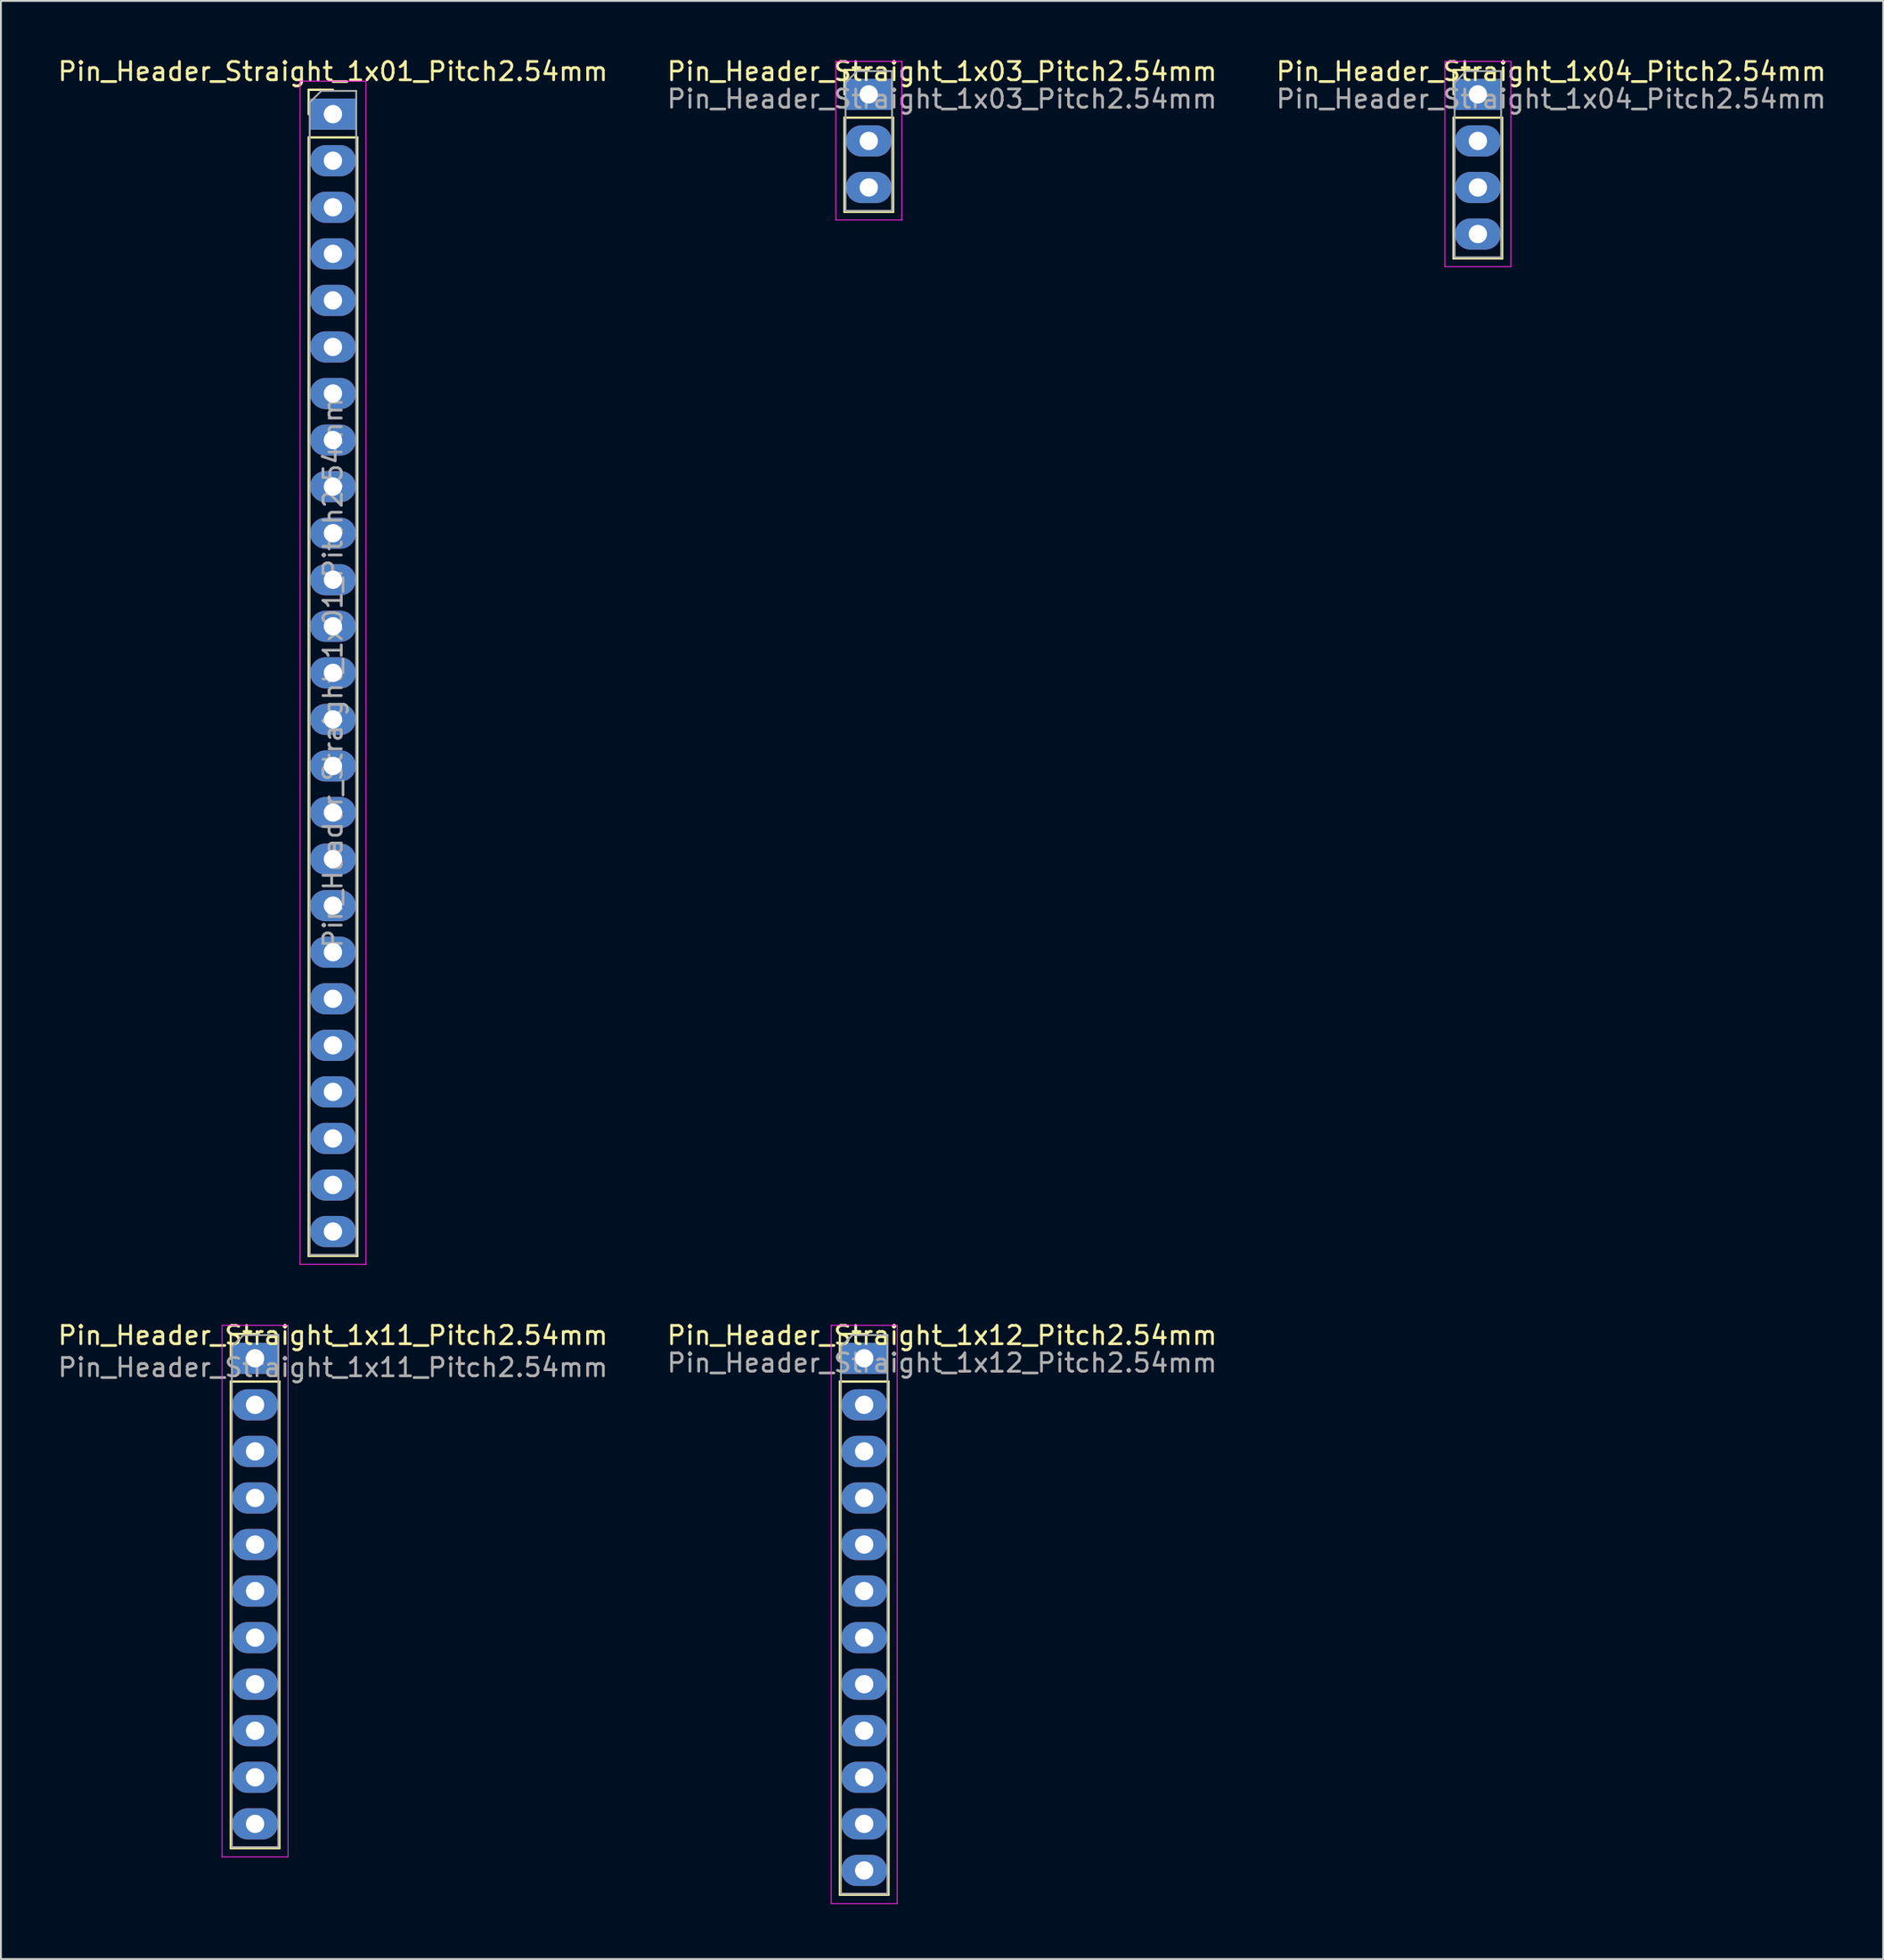
<source format=kicad_pcb>
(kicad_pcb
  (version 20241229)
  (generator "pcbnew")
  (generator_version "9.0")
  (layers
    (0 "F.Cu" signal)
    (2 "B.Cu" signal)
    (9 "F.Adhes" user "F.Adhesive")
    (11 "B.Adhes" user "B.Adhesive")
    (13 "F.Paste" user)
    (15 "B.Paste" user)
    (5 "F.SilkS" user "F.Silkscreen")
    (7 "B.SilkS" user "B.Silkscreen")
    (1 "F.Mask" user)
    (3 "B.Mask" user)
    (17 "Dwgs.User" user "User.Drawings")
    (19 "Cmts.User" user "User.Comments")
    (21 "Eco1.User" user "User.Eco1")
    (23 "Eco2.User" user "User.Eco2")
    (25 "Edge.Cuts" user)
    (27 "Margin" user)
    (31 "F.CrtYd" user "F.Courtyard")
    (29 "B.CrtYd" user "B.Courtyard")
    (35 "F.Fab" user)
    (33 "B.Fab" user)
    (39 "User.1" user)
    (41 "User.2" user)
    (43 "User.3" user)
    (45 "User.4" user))
  (footprint "Pin_Header_Straight_1x12_Pitch2.54mm"
    (layer "F.Cu")
    (at 44.125 71.052)
    (property "Reference" "Pin_Header_Straight_1x12_Pitch2.54mm" (at 4.25 -1.25 0) (layer "F.SilkS") (effects (font (size 1 1) (thickness 0.15))))
    (attr through_hole)
    (fp_line (start -1.33 -1.33) (end 0 -1.33) (stroke (width 0.12) (type solid)) (layer "F.SilkS"))
    (fp_line (start -1.33 0) (end -1.33 -1.33) (stroke (width 0.12) (type solid)) (layer "F.SilkS"))
    (fp_line (start -1.33 1.27) (end -1.33 29.27) (stroke (width 0.12) (type solid)) (layer "F.SilkS"))
    (fp_line (start -1.33 1.27) (end 1.33 1.27) (stroke (width 0.12) (type solid)) (layer "F.SilkS"))
    (fp_line (start -1.33 29.27) (end 1.33 29.27) (stroke (width 0.12) (type solid)) (layer "F.SilkS"))
    (fp_line (start 1.33 1.27) (end 1.33 29.27) (stroke (width 0.12) (type solid)) (layer "F.SilkS"))
    (fp_line (start -1.8 -1.8) (end -1.8 29.75) (stroke (width 0.05) (type solid)) (layer "F.CrtYd"))
    (fp_line (start -1.8 29.75) (end 1.8 29.75) (stroke (width 0.05) (type solid)) (layer "F.CrtYd"))
    (fp_line (start 1.8 -1.8) (end -1.8 -1.8) (stroke (width 0.05) (type solid)) (layer "F.CrtYd"))
    (fp_line (start 1.8 29.75) (end 1.8 -1.8) (stroke (width 0.05) (type solid)) (layer "F.CrtYd"))
    (fp_line (start -1.27 -0.635) (end -0.635 -1.27) (stroke (width 0.1) (type solid)) (layer "F.Fab"))
    (fp_line (start -1.27 29.21) (end -1.27 -0.635) (stroke (width 0.1) (type solid)) (layer "F.Fab"))
    (fp_line (start -0.635 -1.27) (end 1.27 -1.27) (stroke (width 0.1) (type solid)) (layer "F.Fab"))
    (fp_line (start 1.27 -1.27) (end 1.27 29.21) (stroke (width 0.1) (type solid)) (layer "F.Fab"))
    (fp_line (start 1.27 29.21) (end -1.27 29.21) (stroke (width 0.1) (type solid)) (layer "F.Fab"))
    (fp_text user "${REFERENCE}" (at 4.25 0.25 180) (layer "F.Fab") (effects (font (size 1 1) (thickness 0.15))))
    (pad "1" thru_hole rect (at 0 0) (size 2.5 1.7) (drill 1) (layers "*.Cu" "*.Mask"))
    (pad "2" thru_hole oval (at 0 2.54) (size 2.5 1.7) (drill 1) (layers "*.Cu" "*.Mask"))
    (pad "3" thru_hole oval (at 0 5.08) (size 2.5 1.7) (drill 1) (layers "*.Cu" "*.Mask"))
    (pad "4" thru_hole oval (at 0 7.62) (size 2.5 1.7) (drill 1) (layers "*.Cu" "*.Mask"))
    (pad "5" thru_hole oval (at 0 10.16) (size 2.5 1.7) (drill 1) (layers "*.Cu" "*.Mask"))
    (pad "6" thru_hole oval (at 0 12.7) (size 2.5 1.7) (drill 1) (layers "*.Cu" "*.Mask"))
    (pad "7" thru_hole oval (at 0 15.24) (size 2.5 1.7) (drill 1) (layers "*.Cu" "*.Mask"))
    (pad "8" thru_hole oval (at 0 17.78) (size 2.5 1.7) (drill 1) (layers "*.Cu" "*.Mask"))
    (pad "9" thru_hole oval (at 0 20.32) (size 2.5 1.7) (drill 1) (layers "*.Cu" "*.Mask"))
    (pad "10" thru_hole oval (at 0 22.86) (size 2.5 1.7) (drill 1) (layers "*.Cu" "*.Mask"))
    (pad "11" thru_hole oval (at 0 25.4) (size 2.5 1.7) (drill 1) (layers "*.Cu" "*.Mask"))
    (pad "12" thru_hole oval (at 0 27.94) (size 2.5 1.7) (drill 1) (layers "*.Cu" "*.Mask")))
  (footprint "Pin_Header_Straight_1x11_Pitch2.54mm"
    (layer "F.Cu")
    (at 10.875 71.052)
    (property "Reference" "Pin_Header_Straight_1x11_Pitch2.54mm" (at 4.25 -1.25 0) (layer "F.SilkS") (effects (font (size 1 1) (thickness 0.15))))
    (attr through_hole)
    (fp_line (start -1.33 -1.33) (end 0 -1.33) (stroke (width 0.12) (type solid)) (layer "F.SilkS"))
    (fp_line (start -1.33 0) (end -1.33 -1.33) (stroke (width 0.12) (type solid)) (layer "F.SilkS"))
    (fp_line (start -1.33 1.27) (end -1.33 26.73) (stroke (width 0.12) (type solid)) (layer "F.SilkS"))
    (fp_line (start -1.33 1.27) (end 1.33 1.27) (stroke (width 0.12) (type solid)) (layer "F.SilkS"))
    (fp_line (start -1.33 26.73) (end 1.33 26.73) (stroke (width 0.12) (type solid)) (layer "F.SilkS"))
    (fp_line (start 1.33 1.27) (end 1.33 26.73) (stroke (width 0.12) (type solid)) (layer "F.SilkS"))
    (fp_line (start -1.8 -1.8) (end -1.8 27.2) (stroke (width 0.05) (type solid)) (layer "F.CrtYd"))
    (fp_line (start -1.8 27.2) (end 1.8 27.2) (stroke (width 0.05) (type solid)) (layer "F.CrtYd"))
    (fp_line (start 1.8 -1.8) (end -1.8 -1.8) (stroke (width 0.05) (type solid)) (layer "F.CrtYd"))
    (fp_line (start 1.8 27.2) (end 1.8 -1.8) (stroke (width 0.05) (type solid)) (layer "F.CrtYd"))
    (fp_line (start -1.27 -0.635) (end -0.635 -1.27) (stroke (width 0.1) (type solid)) (layer "F.Fab"))
    (fp_line (start -1.27 26.67) (end -1.27 -0.635) (stroke (width 0.1) (type solid)) (layer "F.Fab"))
    (fp_line (start -0.635 -1.27) (end 1.27 -1.27) (stroke (width 0.1) (type solid)) (layer "F.Fab"))
    (fp_line (start 1.27 -1.27) (end 1.27 26.67) (stroke (width 0.1) (type solid)) (layer "F.Fab"))
    (fp_line (start 1.27 26.67) (end -1.27 26.67) (stroke (width 0.1) (type solid)) (layer "F.Fab"))
    (fp_text user "${REFERENCE}" (at 4.25 0.5 180) (layer "F.Fab") (effects (font (size 1 1) (thickness 0.15))))
    (pad "1" thru_hole rect (at 0 0) (size 2.5 1.7) (drill 1) (layers "*.Cu" "*.Mask"))
    (pad "2" thru_hole oval (at 0 2.54) (size 2.5 1.7) (drill 1) (layers "*.Cu" "*.Mask"))
    (pad "3" thru_hole oval (at 0 5.08) (size 2.5 1.7) (drill 1) (layers "*.Cu" "*.Mask"))
    (pad "4" thru_hole oval (at 0 7.62) (size 2.5 1.7) (drill 1) (layers "*.Cu" "*.Mask"))
    (pad "5" thru_hole oval (at 0 10.16) (size 2.5 1.7) (drill 1) (layers "*.Cu" "*.Mask"))
    (pad "6" thru_hole oval (at 0 12.7) (size 2.5 1.7) (drill 1) (layers "*.Cu" "*.Mask"))
    (pad "7" thru_hole oval (at 0 15.24) (size 2.5 1.7) (drill 1) (layers "*.Cu" "*.Mask"))
    (pad "8" thru_hole oval (at 0 17.78) (size 2.5 1.7) (drill 1) (layers "*.Cu" "*.Mask"))
    (pad "9" thru_hole oval (at 0 20.32) (size 2.5 1.7) (drill 1) (layers "*.Cu" "*.Mask"))
    (pad "10" thru_hole oval (at 0 22.86) (size 2.5 1.7) (drill 1) (layers "*.Cu" "*.Mask"))
    (pad "11" thru_hole oval (at 0 25.4) (size 2.5 1.7) (drill 1) (layers "*.Cu" "*.Mask")))
  (footprint "Pin_Header_Straight_1x03_Pitch2.54mm"
    (layer "F.Cu")
    (at 44.375 2.098)
    (property "Reference" "Pin_Header_Straight_1x03_Pitch2.54mm" (at 4 -1.25 0) (layer "F.SilkS") (effects (font (size 1 1) (thickness 0.15))))
    (attr through_hole)
    (fp_line (start -1.33 -1.33) (end 0 -1.33) (stroke (width 0.12) (type solid)) (layer "F.SilkS"))
    (fp_line (start -1.33 0) (end -1.33 -1.33) (stroke (width 0.12) (type solid)) (layer "F.SilkS"))
    (fp_line (start -1.33 1.27) (end -1.33 6.41) (stroke (width 0.12) (type solid)) (layer "F.SilkS"))
    (fp_line (start -1.33 1.27) (end 1.33 1.27) (stroke (width 0.12) (type solid)) (layer "F.SilkS"))
    (fp_line (start -1.33 6.41) (end 1.33 6.41) (stroke (width 0.12) (type solid)) (layer "F.SilkS"))
    (fp_line (start 1.33 1.27) (end 1.33 6.41) (stroke (width 0.12) (type solid)) (layer "F.SilkS"))
    (fp_line (start -1.8 -1.8) (end -1.8 6.85) (stroke (width 0.05) (type solid)) (layer "F.CrtYd"))
    (fp_line (start -1.8 6.85) (end 1.8 6.85) (stroke (width 0.05) (type solid)) (layer "F.CrtYd"))
    (fp_line (start 1.8 -1.8) (end -1.8 -1.8) (stroke (width 0.05) (type solid)) (layer "F.CrtYd"))
    (fp_line (start 1.8 6.85) (end 1.8 -1.8) (stroke (width 0.05) (type solid)) (layer "F.CrtYd"))
    (fp_line (start -1.27 -0.635) (end -0.635 -1.27) (stroke (width 0.1) (type solid)) (layer "F.Fab"))
    (fp_line (start -1.27 6.35) (end -1.27 -0.635) (stroke (width 0.1) (type solid)) (layer "F.Fab"))
    (fp_line (start -0.635 -1.27) (end 1.27 -1.27) (stroke (width 0.1) (type solid)) (layer "F.Fab"))
    (fp_line (start 1.27 -1.27) (end 1.27 6.35) (stroke (width 0.1) (type solid)) (layer "F.Fab"))
    (fp_line (start 1.27 6.35) (end -1.27 6.35) (stroke (width 0.1) (type solid)) (layer "F.Fab"))
    (fp_text user "${REFERENCE}" (at 4 0.25 180) (layer "F.Fab") (effects (font (size 1 1) (thickness 0.15))))
    (pad "1" thru_hole rect (at 0 0) (size 2.5 1.7) (drill 1) (layers "*.Cu" "*.Mask"))
    (pad "2" thru_hole oval (at 0 2.54) (size 2.5 1.7) (drill 1) (layers "*.Cu" "*.Mask"))
    (pad "3" thru_hole oval (at 0 5.08) (size 2.5 1.7) (drill 1) (layers "*.Cu" "*.Mask")))
  (footprint "Pin_Header_Straight_1x04_Pitch2.54mm"
    (layer "F.Cu")
    (at 77.625 2.098)
    (property "Reference" "Pin_Header_Straight_1x04_Pitch2.54mm" (at 4 -1.25 0) (layer "F.SilkS") (effects (font (size 1 1) (thickness 0.15))))
    (attr through_hole)
    (fp_line (start -1.33 -1.33) (end 0 -1.33) (stroke (width 0.12) (type solid)) (layer "F.SilkS"))
    (fp_line (start -1.33 0) (end -1.33 -1.33) (stroke (width 0.12) (type solid)) (layer "F.SilkS"))
    (fp_line (start -1.33 1.27) (end -1.33 8.95) (stroke (width 0.12) (type solid)) (layer "F.SilkS"))
    (fp_line (start -1.33 1.27) (end 1.33 1.27) (stroke (width 0.12) (type solid)) (layer "F.SilkS"))
    (fp_line (start -1.33 8.95) (end 1.33 8.95) (stroke (width 0.12) (type solid)) (layer "F.SilkS"))
    (fp_line (start 1.33 1.27) (end 1.33 8.95) (stroke (width 0.12) (type solid)) (layer "F.SilkS"))
    (fp_line (start -1.8 -1.8) (end -1.8 9.4) (stroke (width 0.05) (type solid)) (layer "F.CrtYd"))
    (fp_line (start -1.8 9.4) (end 1.8 9.4) (stroke (width 0.05) (type solid)) (layer "F.CrtYd"))
    (fp_line (start 1.8 -1.8) (end -1.8 -1.8) (stroke (width 0.05) (type solid)) (layer "F.CrtYd"))
    (fp_line (start 1.8 9.4) (end 1.8 -1.8) (stroke (width 0.05) (type solid)) (layer "F.CrtYd"))
    (fp_line (start -1.27 -0.635) (end -0.635 -1.27) (stroke (width 0.1) (type solid)) (layer "F.Fab"))
    (fp_line (start -1.27 8.89) (end -1.27 -0.635) (stroke (width 0.1) (type solid)) (layer "F.Fab"))
    (fp_line (start -0.635 -1.27) (end 1.27 -1.27) (stroke (width 0.1) (type solid)) (layer "F.Fab"))
    (fp_line (start 1.27 -1.27) (end 1.27 8.89) (stroke (width 0.1) (type solid)) (layer "F.Fab"))
    (fp_line (start 1.27 8.89) (end -1.27 8.89) (stroke (width 0.1) (type solid)) (layer "F.Fab"))
    (fp_text user "${REFERENCE}" (at 4 0.25 180) (layer "F.Fab") (effects (font (size 1 1) (thickness 0.15))))
    (pad "1" thru_hole rect (at 0 0) (size 2.5 1.7) (drill 1) (layers "*.Cu" "*.Mask"))
    (pad "2" thru_hole oval (at 0 2.54) (size 2.5 1.7) (drill 1) (layers "*.Cu" "*.Mask"))
    (pad "3" thru_hole oval (at 0 5.08) (size 2.5 1.7) (drill 1) (layers "*.Cu" "*.Mask"))
    (pad "4" thru_hole oval (at 0 7.62) (size 2.5 1.7) (drill 1) (layers "*.Cu" "*.Mask")))
  (footprint "Pin_Header_Straight_1x01_Pitch2.54mm"
    (layer "F.Cu")
    (at 15.125 3.178)
    (property "Reference" "Pin_Header_Straight_1x01_Pitch2.54mm" (at 0 -2.33 0) (layer "F.SilkS") (effects (font (size 1 1) (thickness 0.15))))
    (attr through_hole)
    (fp_line (start -1.33 -1.33) (end 0 -1.33) (stroke (width 0.12) (type solid)) (layer "F.SilkS"))
    (fp_line (start -1.33 0) (end -1.33 -1.33) (stroke (width 0.12) (type solid)) (layer "F.SilkS"))
    (fp_line (start -1.33 1.27) (end -1.33 62.29) (stroke (width 0.12) (type solid)) (layer "F.SilkS"))
    (fp_line (start -1.33 1.27) (end 1.33 1.27) (stroke (width 0.12) (type solid)) (layer "F.SilkS"))
    (fp_line (start -1.33 62.29) (end 1.33 62.29) (stroke (width 0.12) (type solid)) (layer "F.SilkS"))
    (fp_line (start 1.33 1.27) (end 1.33 62.29) (stroke (width 0.12) (type solid)) (layer "F.SilkS"))
    (fp_line (start -1.8 -1.8) (end -1.8 62.75) (stroke (width 0.05) (type solid)) (layer "F.CrtYd"))
    (fp_line (start -1.8 62.75) (end 1.8 62.75) (stroke (width 0.05) (type solid)) (layer "F.CrtYd"))
    (fp_line (start 1.8 -1.8) (end -1.8 -1.8) (stroke (width 0.05) (type solid)) (layer "F.CrtYd"))
    (fp_line (start 1.8 62.75) (end 1.8 -1.8) (stroke (width 0.05) (type solid)) (layer "F.CrtYd"))
    (fp_line (start -1.27 -0.635) (end -0.635 -1.27) (stroke (width 0.1) (type solid)) (layer "F.Fab"))
    (fp_line (start -1.27 62.23) (end -1.27 -0.635) (stroke (width 0.1) (type solid)) (layer "F.Fab"))
    (fp_line (start -0.635 -1.27) (end 1.27 -1.27) (stroke (width 0.1) (type solid)) (layer "F.Fab"))
    (fp_line (start 1.27 -1.27) (end 1.27 62.23) (stroke (width 0.1) (type solid)) (layer "F.Fab"))
    (fp_line (start 1.27 62.23) (end -1.27 62.23) (stroke (width 0.1) (type solid)) (layer "F.Fab"))
    (fp_text user "${REFERENCE}" (at 0 30.48 90) (layer "F.Fab") (effects (font (size 1 1) (thickness 0.15))))
    (pad "1" thru_hole rect (at 0 0) (size 2.5 1.7) (drill 1) (layers "*.Cu" "*.Mask"))
    (pad "2" thru_hole oval (at 0 2.54) (size 2.5 1.7) (drill 1) (layers "*.Cu" "*.Mask"))
    (pad "3" thru_hole oval (at 0 5.08) (size 2.5 1.7) (drill 1) (layers "*.Cu" "*.Mask"))
    (pad "4" thru_hole oval (at 0 7.62) (size 2.5 1.7) (drill 1) (layers "*.Cu" "*.Mask"))
    (pad "5" thru_hole oval (at 0 10.16) (size 2.5 1.7) (drill 1) (layers "*.Cu" "*.Mask"))
    (pad "6" thru_hole oval (at 0 12.7) (size 2.5 1.7) (drill 1) (layers "*.Cu" "*.Mask"))
    (pad "7" thru_hole oval (at 0 15.24) (size 2.5 1.7) (drill 1) (layers "*.Cu" "*.Mask"))
    (pad "8" thru_hole oval (at 0 17.78) (size 2.5 1.7) (drill 1) (layers "*.Cu" "*.Mask"))
    (pad "9" thru_hole oval (at 0 20.32) (size 2.5 1.7) (drill 1) (layers "*.Cu" "*.Mask"))
    (pad "10" thru_hole oval (at 0 22.86) (size 2.5 1.7) (drill 1) (layers "*.Cu" "*.Mask"))
    (pad "11" thru_hole oval (at 0 25.4) (size 2.5 1.7) (drill 1) (layers "*.Cu" "*.Mask"))
    (pad "12" thru_hole oval (at 0 27.94) (size 2.5 1.7) (drill 1) (layers "*.Cu" "*.Mask"))
    (pad "13" thru_hole oval (at 0 30.48) (size 2.5 1.7) (drill 1) (layers "*.Cu" "*.Mask"))
    (pad "14" thru_hole oval (at 0 33.02) (size 2.5 1.7) (drill 1) (layers "*.Cu" "*.Mask"))
    (pad "15" thru_hole oval (at 0 35.56) (size 2.5 1.7) (drill 1) (layers "*.Cu" "*.Mask"))
    (pad "16" thru_hole oval (at 0 38.1) (size 2.5 1.7) (drill 1) (layers "*.Cu" "*.Mask"))
    (pad "17" thru_hole oval (at 0 40.64) (size 2.5 1.7) (drill 1) (layers "*.Cu" "*.Mask"))
    (pad "18" thru_hole oval (at 0 43.18) (size 2.5 1.7) (drill 1) (layers "*.Cu" "*.Mask"))
    (pad "19" thru_hole oval (at 0 45.72) (size 2.5 1.7) (drill 1) (layers "*.Cu" "*.Mask"))
    (pad "20" thru_hole oval (at 0 48.26) (size 2.5 1.7) (drill 1) (layers "*.Cu" "*.Mask"))
    (pad "21" thru_hole oval (at 0 50.8) (size 2.5 1.7) (drill 1) (layers "*.Cu" "*.Mask"))
    (pad "22" thru_hole oval (at 0 53.34) (size 2.5 1.7) (drill 1) (layers "*.Cu" "*.Mask"))
    (pad "23" thru_hole oval (at 0 55.88) (size 2.5 1.7) (drill 1) (layers "*.Cu" "*.Mask"))
    (pad "24" thru_hole oval (at 0 58.42) (size 2.5 1.7) (drill 1) (layers "*.Cu" "*.Mask"))
    (pad "25" thru_hole oval (at 0 60.96) (size 2.5 1.7) (drill 1) (layers "*.Cu" "*.Mask")))
  (gr_rect
    (start -3 -3)
    (end 99.75 103.826)
    (stroke (width 0.1) (type default))
    (fill no)
    (layer "Edge.Cuts")))
</source>
